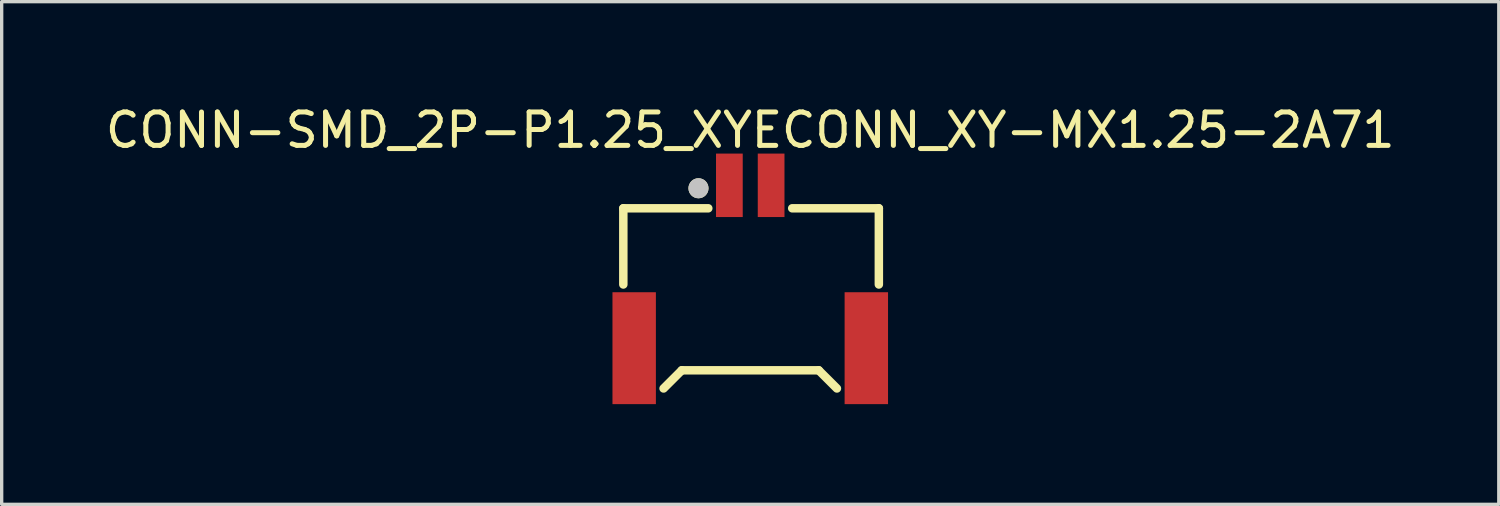
<source format=kicad_pcb>
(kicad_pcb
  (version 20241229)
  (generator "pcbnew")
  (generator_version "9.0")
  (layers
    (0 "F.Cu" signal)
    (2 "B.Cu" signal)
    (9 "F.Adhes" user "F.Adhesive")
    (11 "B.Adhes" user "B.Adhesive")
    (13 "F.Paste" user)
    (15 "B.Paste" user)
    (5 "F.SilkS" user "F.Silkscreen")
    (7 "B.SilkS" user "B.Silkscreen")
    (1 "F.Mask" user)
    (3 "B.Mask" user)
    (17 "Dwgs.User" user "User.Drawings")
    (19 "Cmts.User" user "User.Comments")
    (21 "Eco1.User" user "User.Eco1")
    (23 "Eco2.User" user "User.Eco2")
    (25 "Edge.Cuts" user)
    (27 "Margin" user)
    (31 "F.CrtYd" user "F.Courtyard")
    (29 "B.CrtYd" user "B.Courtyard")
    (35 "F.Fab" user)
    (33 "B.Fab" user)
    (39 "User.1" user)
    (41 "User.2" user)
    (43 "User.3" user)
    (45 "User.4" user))
  (footprint "CONN-SMD_2P-P1.25_XYECONN_XY-MX1.25-2A71"
    (layer "F.Cu")
    (at 19.411 4.936)
    (property "Reference" "CONN-SMD_2P-P1.25_XYECONN_XY-MX1.25-2A71" (at 0 -4.088 0) (layer "F.SilkS") (effects (font (size 1 1) (thickness 0.15))))
    (fp_line (start -3.8 -1.75) (end -3.8 0.531) (stroke (width 0.254) (type default)) (layer "F.SilkS"))
    (fp_line (start -2.595 3.644) (end -2.05 3.1) (stroke (width 0.254) (type default)) (layer "F.SilkS"))
    (fp_line (start -2.05 3.1) (end 2.05 3.1) (stroke (width 0.254) (type default)) (layer "F.SilkS"))
    (fp_line (start -1.256 -1.75) (end -3.8 -1.75) (stroke (width 0.254) (type default)) (layer "F.SilkS"))
    (fp_line (start 1.256 -1.75) (end 3.85 -1.75) (stroke (width 0.254) (type default)) (layer "F.SilkS"))
    (fp_line (start 2.05 3.1) (end 2.595 3.644) (stroke (width 0.254) (type default)) (layer "F.SilkS"))
    (fp_line (start 3.85 -1.75) (end 3.85 0.531) (stroke (width 0.254) (type default)) (layer "F.SilkS"))
    (fp_circle (center -1.55 -2.35) (end -1.4 -2.35) (stroke (width 0.3) (type default)) (fill no) (layer "F.SilkS"))
    (fp_circle (center -1.55 -2.35) (end -1.4 -2.35) (stroke (width 0.3) (type default)) (fill no) (layer "Dwgs.User"))
    (fp_poly (pts (xy -3.2 3.772) (xy -3.96 3.772) (xy -3.96 1.103) (xy -3.2 1.103)) (stroke (width 0.1) (type default)) (fill no) (layer "User.1"))
    (fp_poly (pts (xy -0.825 -2.733) (xy -0.425 -2.733) (xy -0.425 -1.533) (xy -0.825 -1.533)) (stroke (width 0.1) (type default)) (fill no) (layer "User.1"))
    (fp_poly (pts (xy 0.425 -2.733) (xy 0.825 -2.733) (xy 0.825 -1.533) (xy 0.425 -1.533)) (stroke (width 0.1) (type default)) (fill no) (layer "User.1"))
    (fp_poly (pts (xy 3.2 1.103) (xy 3.96 1.103) (xy 3.96 3.772) (xy 3.2 3.772)) (stroke (width 0.1) (type default)) (fill no) (layer "User.1"))
    (fp_line (start -3.825 -1.733) (end 3.825 -1.733) (stroke (width 0.051) (type default)) (layer "User.2"))
    (fp_line (start -3.825 3.767) (end -3.825 -1.733) (stroke (width 0.051) (type default)) (layer "User.2"))
    (fp_line (start 3.825 -1.733) (end 3.825 3.767) (stroke (width 0.051) (type default)) (layer "User.2"))
    (fp_line (start 3.825 3.767) (end -3.825 3.767) (stroke (width 0.051) (type default)) (layer "User.2"))
    (fp_poly (pts (xy -3.9 -2.733) (xy -3.918 -2.775) (xy -3.96 -2.793) (xy -4.002 -2.775) (xy -4.02 -2.733) (xy -4.002 -2.691) (xy -3.96 -2.673) (xy -3.918 -2.691)) (stroke (width 0.1) (type default)) (fill no) (layer "User.3"))
    (pad "1" smd rect (at -0.625 -2.438) (size 0.8 1.9) (layers "F.Cu" "F.Mask" "F.Paste"))
    (pad "2" smd rect (at 0.625 -2.438) (size 0.8 1.9) (layers "F.Cu" "F.Mask" "F.Paste"))
    (pad "3" smd rect (at 3.475 2.438) (size 1.3 3.35) (layers "F.Cu" "F.Mask" "F.Paste"))
    (pad "4" smd rect (at -3.475 2.438) (size 1.3 3.35) (layers "F.Cu" "F.Mask" "F.Paste")))
  (gr_rect
    (start -3 -3)
    (end 41.821 12.048)
    (stroke (width 0.1) (type default))
    (fill no)
    (layer "Edge.Cuts")))
</source>
